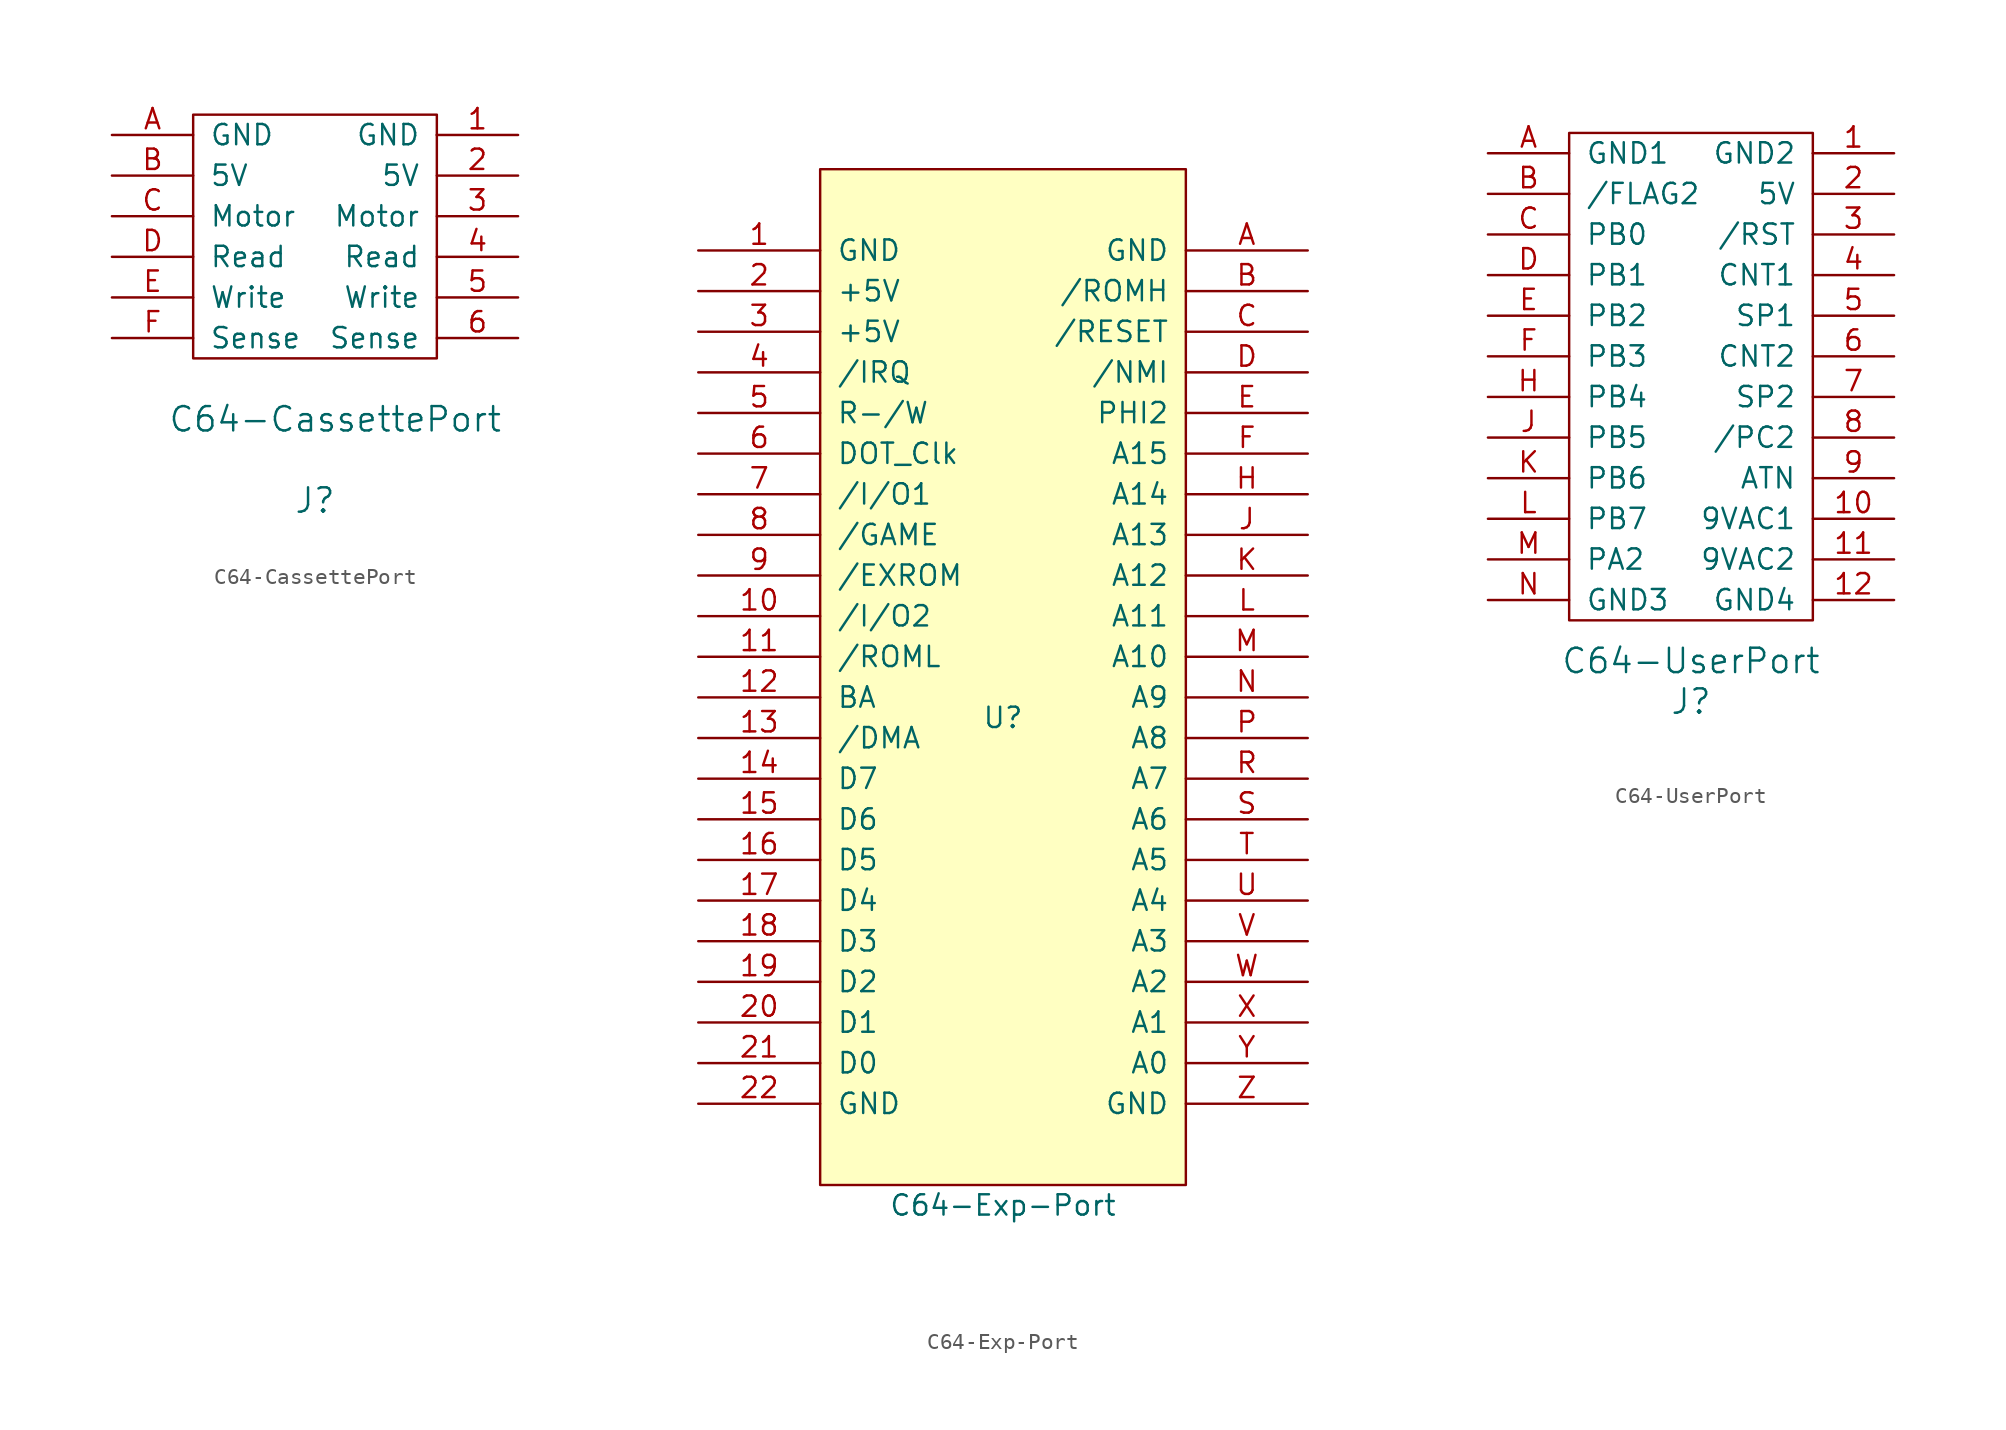
<source format=kicad_sym>
(kicad_symbol_lib
  (version 20220914)
  (generator kicad_symbol_editor)
  (symbol "C64-CassettePort"
    (pin_names
      (offset 1.016))
    (property "Reference" "J"
      (at 0 0 0)
      (effects (font (size 1.524 1.524))))
    (property "Value" "C64-CassettePort"
      (at 1.27 5.08 0)
      (effects (font (size 1.524 1.524))))
    (symbol "C64-CassettePort_0_1"
      (rectangle (start -7.62 24.13) (end 7.62 8.89) (stroke (width 0) (type default)) (fill (type none)))
      (rectangle (start 7.62 22.86) (end 7.62 22.86) (stroke (width 0) (type default)) (fill (type none))))
    (symbol "C64-CassettePort_1_1"
      (pin power_out line (at 12.7 22.86 180) (length 5.08) (name "GND" (effects (font (size 1.27 1.27)))) (number "1" (effects (font (size 1.27 1.27)))))
      (pin power_out line (at 12.7 20.32 180) (length 5.08) (name "5V" (effects (font (size 1.27 1.27)))) (number "2" (effects (font (size 1.27 1.27)))))
      (pin output line (at 12.7 17.78 180) (length 5.08) (name "Motor" (effects (font (size 1.27 1.27)))) (number "3" (effects (font (size 1.27 1.27)))))
      (pin input line (at 12.7 15.24 180) (length 5.08) (name "Read" (effects (font (size 1.27 1.27)))) (number "4" (effects (font (size 1.27 1.27)))))
      (pin output line (at 12.7 12.7 180) (length 5.08) (name "Write" (effects (font (size 1.27 1.27)))) (number "5" (effects (font (size 1.27 1.27)))))
      (pin input line (at 12.7 10.16 180) (length 5.08) (name "Sense" (effects (font (size 1.27 1.27)))) (number "6" (effects (font (size 1.27 1.27)))))
      (pin power_out line (at -12.7 22.86 0) (length 5.08) (name "GND" (effects (font (size 1.27 1.27)))) (number "A" (effects (font (size 1.27 1.27)))))
      (pin power_out line (at -12.7 20.32 0) (length 5.08) (name "5V" (effects (font (size 1.27 1.27)))) (number "B" (effects (font (size 1.27 1.27)))))
      (pin output line (at -12.7 17.78 0) (length 5.08) (name "Motor" (effects (font (size 1.27 1.27)))) (number "C" (effects (font (size 1.27 1.27)))))
      (pin input line (at -12.7 15.24 0) (length 5.08) (name "Read" (effects (font (size 1.27 1.27)))) (number "D" (effects (font (size 1.27 1.27)))))
      (pin output line (at -12.7 12.7 0) (length 5.08) (name "Write" (effects (font (size 1.27 1.27)))) (number "E" (effects (font (size 1.27 1.27)))))
      (pin input line (at -12.7 10.16 0) (length 5.08) (name "Sense" (effects (font (size 1.27 1.27)))) (number "F" (effects (font (size 1.27 1.27)))))))
  (symbol "C64-Exp-Port"
    (pin_names
      (offset 1.016))
    (property "Reference" "U"
      (at 0 -2.54 0)
      (effects (font (size 1.27 1.27))))
    (property "Value" "C64-Exp-Port"
      (at 0 -33.02 0)
      (effects (font (size 1.27 1.27))))
    (symbol "C64-Exp-Port_1_0"
      (rectangle (start -11.43 -31.75) (end 11.43 31.75) (stroke (width 0) (type default)) (fill (type background))))
    (symbol "C64-Exp-Port_1_1"
      (pin power_in line (at -19.05 26.67 0) (length 7.62) (name "GND" (effects (font (size 1.27 1.27)))) (number "1" (effects (font (size 1.27 1.27)))))
      (pin passive line (at -19.05 3.81 0) (length 7.62) (name "/I/O2" (effects (font (size 1.27 1.27)))) (number "10" (effects (font (size 1.27 1.27)))))
      (pin passive line (at -19.05 1.27 0) (length 7.62) (name "/ROML" (effects (font (size 1.27 1.27)))) (number "11" (effects (font (size 1.27 1.27)))))
      (pin passive line (at -19.05 -1.27 0) (length 7.62) (name "BA" (effects (font (size 1.27 1.27)))) (number "12" (effects (font (size 1.27 1.27)))))
      (pin passive line (at -19.05 -3.81 0) (length 7.62) (name "/DMA" (effects (font (size 1.27 1.27)))) (number "13" (effects (font (size 1.27 1.27)))))
      (pin passive line (at -19.05 -6.35 0) (length 7.62) (name "D7" (effects (font (size 1.27 1.27)))) (number "14" (effects (font (size 1.27 1.27)))))
      (pin passive line (at -19.05 -8.89 0) (length 7.62) (name "D6" (effects (font (size 1.27 1.27)))) (number "15" (effects (font (size 1.27 1.27)))))
      (pin passive line (at -19.05 -11.43 0) (length 7.62) (name "D5" (effects (font (size 1.27 1.27)))) (number "16" (effects (font (size 1.27 1.27)))))
      (pin passive line (at -19.05 -13.97 0) (length 7.62) (name "D4" (effects (font (size 1.27 1.27)))) (number "17" (effects (font (size 1.27 1.27)))))
      (pin passive line (at -19.05 -16.51 0) (length 7.62) (name "D3" (effects (font (size 1.27 1.27)))) (number "18" (effects (font (size 1.27 1.27)))))
      (pin passive line (at -19.05 -19.05 0) (length 7.62) (name "D2" (effects (font (size 1.27 1.27)))) (number "19" (effects (font (size 1.27 1.27)))))
      (pin power_in line (at -19.05 24.13 0) (length 7.62) (name "+5V" (effects (font (size 1.27 1.27)))) (number "2" (effects (font (size 1.27 1.27)))))
      (pin passive line (at -19.05 -21.59 0) (length 7.62) (name "D1" (effects (font (size 1.27 1.27)))) (number "20" (effects (font (size 1.27 1.27)))))
      (pin passive line (at -19.05 -24.13 0) (length 7.62) (name "D0" (effects (font (size 1.27 1.27)))) (number "21" (effects (font (size 1.27 1.27)))))
      (pin power_in line (at -19.05 -26.67 0) (length 7.62) (name "GND" (effects (font (size 1.27 1.27)))) (number "22" (effects (font (size 1.27 1.27)))))
      (pin power_in line (at -19.05 21.59 0) (length 7.62) (name "+5V" (effects (font (size 1.27 1.27)))) (number "3" (effects (font (size 1.27 1.27)))))
      (pin passive line (at -19.05 19.05 0) (length 7.62) (name "/IRQ" (effects (font (size 1.27 1.27)))) (number "4" (effects (font (size 1.27 1.27)))))
      (pin passive line (at -19.05 16.51 0) (length 7.62) (name "R-/W" (effects (font (size 1.27 1.27)))) (number "5" (effects (font (size 1.27 1.27)))))
      (pin passive line (at -19.05 13.97 0) (length 7.62) (name "DOT_Clk" (effects (font (size 1.27 1.27)))) (number "6" (effects (font (size 1.27 1.27)))))
      (pin passive line (at -19.05 11.43 0) (length 7.62) (name "/I/O1" (effects (font (size 1.27 1.27)))) (number "7" (effects (font (size 1.27 1.27)))))
      (pin passive line (at -19.05 8.89 0) (length 7.62) (name "/GAME" (effects (font (size 1.27 1.27)))) (number "8" (effects (font (size 1.27 1.27)))))
      (pin passive line (at -19.05 6.35 0) (length 7.62) (name "/EXROM" (effects (font (size 1.27 1.27)))) (number "9" (effects (font (size 1.27 1.27)))))
      (pin power_in line (at 19.05 26.67 180) (length 7.62) (name "GND" (effects (font (size 1.27 1.27)))) (number "A" (effects (font (size 1.27 1.27)))))
      (pin passive line (at 19.05 24.13 180) (length 7.62) (name "/ROMH" (effects (font (size 1.27 1.27)))) (number "B" (effects (font (size 1.27 1.27)))))
      (pin passive line (at 19.05 21.59 180) (length 7.62) (name "/RESET" (effects (font (size 1.27 1.27)))) (number "C" (effects (font (size 1.27 1.27)))))
      (pin passive line (at 19.05 19.05 180) (length 7.62) (name "/NMI" (effects (font (size 1.27 1.27)))) (number "D" (effects (font (size 1.27 1.27)))))
      (pin passive line (at 19.05 16.51 180) (length 7.62) (name "PHI2" (effects (font (size 1.27 1.27)))) (number "E" (effects (font (size 1.27 1.27)))))
      (pin passive line (at 19.05 13.97 180) (length 7.62) (name "A15" (effects (font (size 1.27 1.27)))) (number "F" (effects (font (size 1.27 1.27)))))
      (pin passive line (at 19.05 11.43 180) (length 7.62) (name "A14" (effects (font (size 1.27 1.27)))) (number "H" (effects (font (size 1.27 1.27)))))
      (pin passive line (at 19.05 8.89 180) (length 7.62) (name "A13" (effects (font (size 1.27 1.27)))) (number "J" (effects (font (size 1.27 1.27)))))
      (pin passive line (at 19.05 6.35 180) (length 7.62) (name "A12" (effects (font (size 1.27 1.27)))) (number "K" (effects (font (size 1.27 1.27)))))
      (pin passive line (at 19.05 3.81 180) (length 7.62) (name "A11" (effects (font (size 1.27 1.27)))) (number "L" (effects (font (size 1.27 1.27)))))
      (pin passive line (at 19.05 1.27 180) (length 7.62) (name "A10" (effects (font (size 1.27 1.27)))) (number "M" (effects (font (size 1.27 1.27)))))
      (pin passive line (at 19.05 -1.27 180) (length 7.62) (name "A9" (effects (font (size 1.27 1.27)))) (number "N" (effects (font (size 1.27 1.27)))))
      (pin passive line (at 19.05 -3.81 180) (length 7.62) (name "A8" (effects (font (size 1.27 1.27)))) (number "P" (effects (font (size 1.27 1.27)))))
      (pin passive line (at 19.05 -6.35 180) (length 7.62) (name "A7" (effects (font (size 1.27 1.27)))) (number "R" (effects (font (size 1.27 1.27)))))
      (pin passive line (at 19.05 -8.89 180) (length 7.62) (name "A6" (effects (font (size 1.27 1.27)))) (number "S" (effects (font (size 1.27 1.27)))))
      (pin passive line (at 19.05 -11.43 180) (length 7.62) (name "A5" (effects (font (size 1.27 1.27)))) (number "T" (effects (font (size 1.27 1.27)))))
      (pin passive line (at 19.05 -13.97 180) (length 7.62) (name "A4" (effects (font (size 1.27 1.27)))) (number "U" (effects (font (size 1.27 1.27)))))
      (pin passive line (at 19.05 -16.51 180) (length 7.62) (name "A3" (effects (font (size 1.27 1.27)))) (number "V" (effects (font (size 1.27 1.27)))))
      (pin passive line (at 19.05 -19.05 180) (length 7.62) (name "A2" (effects (font (size 1.27 1.27)))) (number "W" (effects (font (size 1.27 1.27)))))
      (pin passive line (at 19.05 -21.59 180) (length 7.62) (name "A1" (effects (font (size 1.27 1.27)))) (number "X" (effects (font (size 1.27 1.27)))))
      (pin passive line (at 19.05 -24.13 180) (length 7.62) (name "A0" (effects (font (size 1.27 1.27)))) (number "Y" (effects (font (size 1.27 1.27)))))
      (pin power_in line (at 19.05 -26.67 180) (length 7.62) (name "GND" (effects (font (size 1.27 1.27)))) (number "Z" (effects (font (size 1.27 1.27)))))))
  (symbol "C64-UserPort"
    (pin_names
      (offset 1.016))
    (property "Reference" "J"
      (at 0 -11.43 0)
      (effects (font (size 1.524 1.524))))
    (property "Value" "C64-UserPort"
      (at 0 -8.89 0)
      (effects (font (size 1.524 1.524))))
    (symbol "C64-UserPort_0_1"
      (rectangle (start -7.62 24.13) (end 7.62 -6.35) (stroke (width 0) (type default)) (fill (type none)))
      (rectangle (start 7.62 22.86) (end 7.62 22.86) (stroke (width 0) (type default)) (fill (type none))))
    (symbol "C64-UserPort_1_1"
      (pin power_out line (at 12.7 22.86 180) (length 5.08) (name "GND2" (effects (font (size 1.27 1.27)))) (number "1" (effects (font (size 1.27 1.27)))))
      (pin power_out line (at 12.7 0 180) (length 5.08) (name "9VAC1" (effects (font (size 1.27 1.27)))) (number "10" (effects (font (size 1.27 1.27)))))
      (pin power_out line (at 12.7 -2.54 180) (length 5.08) (name "9VAC2" (effects (font (size 1.27 1.27)))) (number "11" (effects (font (size 1.27 1.27)))))
      (pin power_out line (at 12.7 -5.08 180) (length 5.08) (name "GND4" (effects (font (size 1.27 1.27)))) (number "12" (effects (font (size 1.27 1.27)))))
      (pin power_out line (at 12.7 20.32 180) (length 5.08) (name "5V" (effects (font (size 1.27 1.27)))) (number "2" (effects (font (size 1.27 1.27)))))
      (pin bidirectional line (at 12.7 17.78 180) (length 5.08) (name "/RST" (effects (font (size 1.27 1.27)))) (number "3" (effects (font (size 1.27 1.27)))))
      (pin input line (at 12.7 15.24 180) (length 5.08) (name "CNT1" (effects (font (size 1.27 1.27)))) (number "4" (effects (font (size 1.27 1.27)))))
      (pin bidirectional line (at 12.7 12.7 180) (length 5.08) (name "SP1" (effects (font (size 1.27 1.27)))) (number "5" (effects (font (size 1.27 1.27)))))
      (pin input line (at 12.7 10.16 180) (length 5.08) (name "CNT2" (effects (font (size 1.27 1.27)))) (number "6" (effects (font (size 1.27 1.27)))))
      (pin bidirectional line (at 12.7 7.62 180) (length 5.08) (name "SP2" (effects (font (size 1.27 1.27)))) (number "7" (effects (font (size 1.27 1.27)))))
      (pin output line (at 12.7 5.08 180) (length 5.08) (name "/PC2" (effects (font (size 1.27 1.27)))) (number "8" (effects (font (size 1.27 1.27)))))
      (pin input line (at 12.7 2.54 180) (length 5.08) (name "ATN" (effects (font (size 1.27 1.27)))) (number "9" (effects (font (size 1.27 1.27)))))
      (pin power_out line (at -12.7 22.86 0) (length 5.08) (name "GND1" (effects (font (size 1.27 1.27)))) (number "A" (effects (font (size 1.27 1.27)))))
      (pin input line (at -12.7 20.32 0) (length 5.08) (name "/FLAG2" (effects (font (size 1.27 1.27)))) (number "B" (effects (font (size 1.27 1.27)))))
      (pin bidirectional line (at -12.7 17.78 0) (length 5.08) (name "PB0" (effects (font (size 1.27 1.27)))) (number "C" (effects (font (size 1.27 1.27)))))
      (pin bidirectional line (at -12.7 15.24 0) (length 5.08) (name "PB1" (effects (font (size 1.27 1.27)))) (number "D" (effects (font (size 1.27 1.27)))))
      (pin bidirectional line (at -12.7 12.7 0) (length 5.08) (name "PB2" (effects (font (size 1.27 1.27)))) (number "E" (effects (font (size 1.27 1.27)))))
      (pin bidirectional line (at -12.7 10.16 0) (length 5.08) (name "PB3" (effects (font (size 1.27 1.27)))) (number "F" (effects (font (size 1.27 1.27)))))
      (pin bidirectional line (at -12.7 7.62 0) (length 5.08) (name "PB4" (effects (font (size 1.27 1.27)))) (number "H" (effects (font (size 1.27 1.27)))))
      (pin bidirectional line (at -12.7 5.08 0) (length 5.08) (name "PB5" (effects (font (size 1.27 1.27)))) (number "J" (effects (font (size 1.27 1.27)))))
      (pin bidirectional line (at -12.7 2.54 0) (length 5.08) (name "PB6" (effects (font (size 1.27 1.27)))) (number "K" (effects (font (size 1.27 1.27)))))
      (pin bidirectional line (at -12.7 0 0) (length 5.08) (name "PB7" (effects (font (size 1.27 1.27)))) (number "L" (effects (font (size 1.27 1.27)))))
      (pin bidirectional line (at -12.7 -2.54 0) (length 5.08) (name "PA2" (effects (font (size 1.27 1.27)))) (number "M" (effects (font (size 1.27 1.27)))))
      (pin power_out line (at -12.7 -5.08 0) (length 5.08) (name "GND3" (effects (font (size 1.27 1.27)))) (number "N" (effects (font (size 1.27 1.27))))))))
</source>
